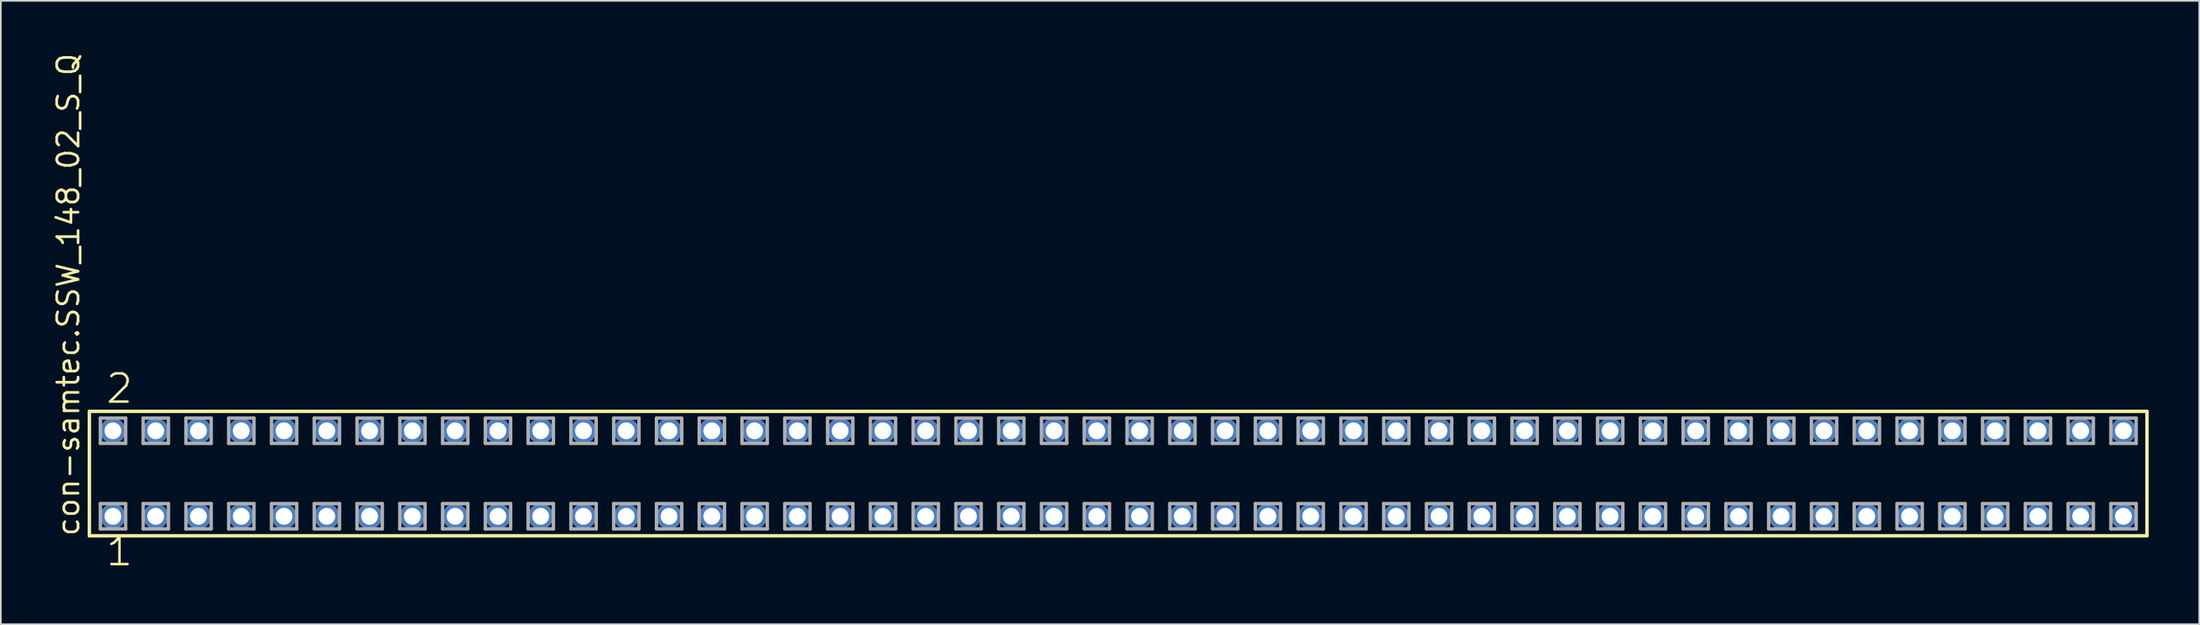
<source format=kicad_pcb>
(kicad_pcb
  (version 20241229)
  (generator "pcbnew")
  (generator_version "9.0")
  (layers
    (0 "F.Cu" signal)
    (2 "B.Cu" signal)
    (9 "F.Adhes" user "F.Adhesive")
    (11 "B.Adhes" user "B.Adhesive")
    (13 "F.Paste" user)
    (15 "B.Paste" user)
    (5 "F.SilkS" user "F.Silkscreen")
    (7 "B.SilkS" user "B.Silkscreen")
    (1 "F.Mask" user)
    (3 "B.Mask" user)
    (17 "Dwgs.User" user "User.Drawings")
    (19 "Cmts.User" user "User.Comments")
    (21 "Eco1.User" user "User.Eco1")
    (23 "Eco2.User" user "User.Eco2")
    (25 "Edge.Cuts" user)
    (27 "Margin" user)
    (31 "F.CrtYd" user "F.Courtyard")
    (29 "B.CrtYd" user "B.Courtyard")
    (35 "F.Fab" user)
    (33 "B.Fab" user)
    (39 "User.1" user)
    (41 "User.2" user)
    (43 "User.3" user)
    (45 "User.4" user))
  (footprint "con-samtec.SSW_148_02_S_Q"
    (layer "F.Cu")
    (at 63.345 25.082)
    (property "Reference" "con-samtec.SSW_148_02_S_Q" (at -61.595 3.81 90) (layer "F.SilkS") (effects (font (size 1.27 1.27) (thickness 0.16)) (justify left bottom)))
    (attr through_hole)
    (fp_line (start -61.089 -3.695) (end 61.089 -3.695) (stroke (width 0.203) (type default)) (layer "F.SilkS"))
    (fp_line (start -61.089 3.695) (end -61.089 -3.695) (stroke (width 0.203) (type default)) (layer "F.SilkS"))
    (fp_line (start 61.089 -3.695) (end 61.089 3.695) (stroke (width 0.203) (type default)) (layer "F.SilkS"))
    (fp_line (start 61.089 3.695) (end -61.089 3.695) (stroke (width 0.203) (type default)) (layer "F.SilkS"))
    (fp_line (start -60.435 -3.295) (end -58.935 -3.295) (stroke (width 0.203) (type default)) (layer "F.Fab"))
    (fp_line (start -60.435 -1.795) (end -60.435 -3.295) (stroke (width 0.203) (type default)) (layer "F.Fab"))
    (fp_line (start -60.435 1.785) (end -58.935 1.785) (stroke (width 0.203) (type default)) (layer "F.Fab"))
    (fp_line (start -60.435 3.285) (end -60.435 1.785) (stroke (width 0.203) (type default)) (layer "F.Fab"))
    (fp_line (start -58.935 -3.295) (end -58.935 -1.795) (stroke (width 0.203) (type default)) (layer "F.Fab"))
    (fp_line (start -58.935 -1.795) (end -60.435 -1.795) (stroke (width 0.203) (type default)) (layer "F.Fab"))
    (fp_line (start -58.935 1.785) (end -58.935 3.285) (stroke (width 0.203) (type default)) (layer "F.Fab"))
    (fp_line (start -58.935 3.285) (end -60.435 3.285) (stroke (width 0.203) (type default)) (layer "F.Fab"))
    (fp_line (start -57.895 -3.295) (end -56.395 -3.295) (stroke (width 0.203) (type default)) (layer "F.Fab"))
    (fp_line (start -57.895 -1.795) (end -57.895 -3.295) (stroke (width 0.203) (type default)) (layer "F.Fab"))
    (fp_line (start -57.895 1.785) (end -56.395 1.785) (stroke (width 0.203) (type default)) (layer "F.Fab"))
    (fp_line (start -57.895 3.285) (end -57.895 1.785) (stroke (width 0.203) (type default)) (layer "F.Fab"))
    (fp_line (start -56.395 -3.295) (end -56.395 -1.795) (stroke (width 0.203) (type default)) (layer "F.Fab"))
    (fp_line (start -56.395 -1.795) (end -57.895 -1.795) (stroke (width 0.203) (type default)) (layer "F.Fab"))
    (fp_line (start -56.395 1.785) (end -56.395 3.285) (stroke (width 0.203) (type default)) (layer "F.Fab"))
    (fp_line (start -56.395 3.285) (end -57.895 3.285) (stroke (width 0.203) (type default)) (layer "F.Fab"))
    (fp_line (start -55.355 -3.295) (end -53.855 -3.295) (stroke (width 0.203) (type default)) (layer "F.Fab"))
    (fp_line (start -55.355 -1.795) (end -55.355 -3.295) (stroke (width 0.203) (type default)) (layer "F.Fab"))
    (fp_line (start -55.355 1.785) (end -53.855 1.785) (stroke (width 0.203) (type default)) (layer "F.Fab"))
    (fp_line (start -55.355 3.285) (end -55.355 1.785) (stroke (width 0.203) (type default)) (layer "F.Fab"))
    (fp_line (start -53.855 -3.295) (end -53.855 -1.795) (stroke (width 0.203) (type default)) (layer "F.Fab"))
    (fp_line (start -53.855 -1.795) (end -55.355 -1.795) (stroke (width 0.203) (type default)) (layer "F.Fab"))
    (fp_line (start -53.855 1.785) (end -53.855 3.285) (stroke (width 0.203) (type default)) (layer "F.Fab"))
    (fp_line (start -53.855 3.285) (end -55.355 3.285) (stroke (width 0.203) (type default)) (layer "F.Fab"))
    (fp_line (start -52.815 -3.295) (end -51.315 -3.295) (stroke (width 0.203) (type default)) (layer "F.Fab"))
    (fp_line (start -52.815 -1.795) (end -52.815 -3.295) (stroke (width 0.203) (type default)) (layer "F.Fab"))
    (fp_line (start -52.815 1.785) (end -51.315 1.785) (stroke (width 0.203) (type default)) (layer "F.Fab"))
    (fp_line (start -52.815 3.285) (end -52.815 1.785) (stroke (width 0.203) (type default)) (layer "F.Fab"))
    (fp_line (start -51.315 -3.295) (end -51.315 -1.795) (stroke (width 0.203) (type default)) (layer "F.Fab"))
    (fp_line (start -51.315 -1.795) (end -52.815 -1.795) (stroke (width 0.203) (type default)) (layer "F.Fab"))
    (fp_line (start -51.315 1.785) (end -51.315 3.285) (stroke (width 0.203) (type default)) (layer "F.Fab"))
    (fp_line (start -51.315 3.285) (end -52.815 3.285) (stroke (width 0.203) (type default)) (layer "F.Fab"))
    (fp_line (start -50.275 -3.295) (end -48.775 -3.295) (stroke (width 0.203) (type default)) (layer "F.Fab"))
    (fp_line (start -50.275 -1.795) (end -50.275 -3.295) (stroke (width 0.203) (type default)) (layer "F.Fab"))
    (fp_line (start -50.275 1.785) (end -48.775 1.785) (stroke (width 0.203) (type default)) (layer "F.Fab"))
    (fp_line (start -50.275 3.285) (end -50.275 1.785) (stroke (width 0.203) (type default)) (layer "F.Fab"))
    (fp_line (start -48.775 -3.295) (end -48.775 -1.795) (stroke (width 0.203) (type default)) (layer "F.Fab"))
    (fp_line (start -48.775 -1.795) (end -50.275 -1.795) (stroke (width 0.203) (type default)) (layer "F.Fab"))
    (fp_line (start -48.775 1.785) (end -48.775 3.285) (stroke (width 0.203) (type default)) (layer "F.Fab"))
    (fp_line (start -48.775 3.285) (end -50.275 3.285) (stroke (width 0.203) (type default)) (layer "F.Fab"))
    (fp_line (start -47.735 -3.295) (end -46.235 -3.295) (stroke (width 0.203) (type default)) (layer "F.Fab"))
    (fp_line (start -47.735 -1.795) (end -47.735 -3.295) (stroke (width 0.203) (type default)) (layer "F.Fab"))
    (fp_line (start -47.735 1.785) (end -46.235 1.785) (stroke (width 0.203) (type default)) (layer "F.Fab"))
    (fp_line (start -47.735 3.285) (end -47.735 1.785) (stroke (width 0.203) (type default)) (layer "F.Fab"))
    (fp_line (start -46.235 -3.295) (end -46.235 -1.795) (stroke (width 0.203) (type default)) (layer "F.Fab"))
    (fp_line (start -46.235 -1.795) (end -47.735 -1.795) (stroke (width 0.203) (type default)) (layer "F.Fab"))
    (fp_line (start -46.235 1.785) (end -46.235 3.285) (stroke (width 0.203) (type default)) (layer "F.Fab"))
    (fp_line (start -46.235 3.285) (end -47.735 3.285) (stroke (width 0.203) (type default)) (layer "F.Fab"))
    (fp_line (start -45.195 -3.295) (end -43.695 -3.295) (stroke (width 0.203) (type default)) (layer "F.Fab"))
    (fp_line (start -45.195 -1.795) (end -45.195 -3.295) (stroke (width 0.203) (type default)) (layer "F.Fab"))
    (fp_line (start -45.195 1.785) (end -43.695 1.785) (stroke (width 0.203) (type default)) (layer "F.Fab"))
    (fp_line (start -45.195 3.285) (end -45.195 1.785) (stroke (width 0.203) (type default)) (layer "F.Fab"))
    (fp_line (start -43.695 -3.295) (end -43.695 -1.795) (stroke (width 0.203) (type default)) (layer "F.Fab"))
    (fp_line (start -43.695 -1.795) (end -45.195 -1.795) (stroke (width 0.203) (type default)) (layer "F.Fab"))
    (fp_line (start -43.695 1.785) (end -43.695 3.285) (stroke (width 0.203) (type default)) (layer "F.Fab"))
    (fp_line (start -43.695 3.285) (end -45.195 3.285) (stroke (width 0.203) (type default)) (layer "F.Fab"))
    (fp_line (start -42.655 -3.295) (end -41.155 -3.295) (stroke (width 0.203) (type default)) (layer "F.Fab"))
    (fp_line (start -42.655 -1.795) (end -42.655 -3.295) (stroke (width 0.203) (type default)) (layer "F.Fab"))
    (fp_line (start -42.655 1.785) (end -41.155 1.785) (stroke (width 0.203) (type default)) (layer "F.Fab"))
    (fp_line (start -42.655 3.285) (end -42.655 1.785) (stroke (width 0.203) (type default)) (layer "F.Fab"))
    (fp_line (start -41.155 -3.295) (end -41.155 -1.795) (stroke (width 0.203) (type default)) (layer "F.Fab"))
    (fp_line (start -41.155 -1.795) (end -42.655 -1.795) (stroke (width 0.203) (type default)) (layer "F.Fab"))
    (fp_line (start -41.155 1.785) (end -41.155 3.285) (stroke (width 0.203) (type default)) (layer "F.Fab"))
    (fp_line (start -41.155 3.285) (end -42.655 3.285) (stroke (width 0.203) (type default)) (layer "F.Fab"))
    (fp_line (start -40.115 -3.295) (end -38.615 -3.295) (stroke (width 0.203) (type default)) (layer "F.Fab"))
    (fp_line (start -40.115 -1.795) (end -40.115 -3.295) (stroke (width 0.203) (type default)) (layer "F.Fab"))
    (fp_line (start -40.115 1.785) (end -38.615 1.785) (stroke (width 0.203) (type default)) (layer "F.Fab"))
    (fp_line (start -40.115 3.285) (end -40.115 1.785) (stroke (width 0.203) (type default)) (layer "F.Fab"))
    (fp_line (start -38.615 -3.295) (end -38.615 -1.795) (stroke (width 0.203) (type default)) (layer "F.Fab"))
    (fp_line (start -38.615 -1.795) (end -40.115 -1.795) (stroke (width 0.203) (type default)) (layer "F.Fab"))
    (fp_line (start -38.615 1.785) (end -38.615 3.285) (stroke (width 0.203) (type default)) (layer "F.Fab"))
    (fp_line (start -38.615 3.285) (end -40.115 3.285) (stroke (width 0.203) (type default)) (layer "F.Fab"))
    (fp_line (start -37.575 -3.295) (end -36.075 -3.295) (stroke (width 0.203) (type default)) (layer "F.Fab"))
    (fp_line (start -37.575 -1.795) (end -37.575 -3.295) (stroke (width 0.203) (type default)) (layer "F.Fab"))
    (fp_line (start -37.575 1.785) (end -36.075 1.785) (stroke (width 0.203) (type default)) (layer "F.Fab"))
    (fp_line (start -37.575 3.285) (end -37.575 1.785) (stroke (width 0.203) (type default)) (layer "F.Fab"))
    (fp_line (start -36.075 -3.295) (end -36.075 -1.795) (stroke (width 0.203) (type default)) (layer "F.Fab"))
    (fp_line (start -36.075 -1.795) (end -37.575 -1.795) (stroke (width 0.203) (type default)) (layer "F.Fab"))
    (fp_line (start -36.075 1.785) (end -36.075 3.285) (stroke (width 0.203) (type default)) (layer "F.Fab"))
    (fp_line (start -36.075 3.285) (end -37.575 3.285) (stroke (width 0.203) (type default)) (layer "F.Fab"))
    (fp_line (start -35.035 -3.295) (end -33.535 -3.295) (stroke (width 0.203) (type default)) (layer "F.Fab"))
    (fp_line (start -35.035 -1.795) (end -35.035 -3.295) (stroke (width 0.203) (type default)) (layer "F.Fab"))
    (fp_line (start -35.035 1.785) (end -33.535 1.785) (stroke (width 0.203) (type default)) (layer "F.Fab"))
    (fp_line (start -35.035 3.285) (end -35.035 1.785) (stroke (width 0.203) (type default)) (layer "F.Fab"))
    (fp_line (start -33.535 -3.295) (end -33.535 -1.795) (stroke (width 0.203) (type default)) (layer "F.Fab"))
    (fp_line (start -33.535 -1.795) (end -35.035 -1.795) (stroke (width 0.203) (type default)) (layer "F.Fab"))
    (fp_line (start -33.535 1.785) (end -33.535 3.285) (stroke (width 0.203) (type default)) (layer "F.Fab"))
    (fp_line (start -33.535 3.285) (end -35.035 3.285) (stroke (width 0.203) (type default)) (layer "F.Fab"))
    (fp_line (start -32.495 -3.295) (end -30.995 -3.295) (stroke (width 0.203) (type default)) (layer "F.Fab"))
    (fp_line (start -32.495 -1.795) (end -32.495 -3.295) (stroke (width 0.203) (type default)) (layer "F.Fab"))
    (fp_line (start -32.495 1.785) (end -30.995 1.785) (stroke (width 0.203) (type default)) (layer "F.Fab"))
    (fp_line (start -32.495 3.285) (end -32.495 1.785) (stroke (width 0.203) (type default)) (layer "F.Fab"))
    (fp_line (start -30.995 -3.295) (end -30.995 -1.795) (stroke (width 0.203) (type default)) (layer "F.Fab"))
    (fp_line (start -30.995 -1.795) (end -32.495 -1.795) (stroke (width 0.203) (type default)) (layer "F.Fab"))
    (fp_line (start -30.995 1.785) (end -30.995 3.285) (stroke (width 0.203) (type default)) (layer "F.Fab"))
    (fp_line (start -30.995 3.285) (end -32.495 3.285) (stroke (width 0.203) (type default)) (layer "F.Fab"))
    (fp_line (start -29.955 -3.295) (end -28.455 -3.295) (stroke (width 0.203) (type default)) (layer "F.Fab"))
    (fp_line (start -29.955 -1.795) (end -29.955 -3.295) (stroke (width 0.203) (type default)) (layer "F.Fab"))
    (fp_line (start -29.955 1.785) (end -28.455 1.785) (stroke (width 0.203) (type default)) (layer "F.Fab"))
    (fp_line (start -29.955 3.285) (end -29.955 1.785) (stroke (width 0.203) (type default)) (layer "F.Fab"))
    (fp_line (start -28.455 -3.295) (end -28.455 -1.795) (stroke (width 0.203) (type default)) (layer "F.Fab"))
    (fp_line (start -28.455 -1.795) (end -29.955 -1.795) (stroke (width 0.203) (type default)) (layer "F.Fab"))
    (fp_line (start -28.455 1.785) (end -28.455 3.285) (stroke (width 0.203) (type default)) (layer "F.Fab"))
    (fp_line (start -28.455 3.285) (end -29.955 3.285) (stroke (width 0.203) (type default)) (layer "F.Fab"))
    (fp_line (start -27.415 -3.295) (end -25.915 -3.295) (stroke (width 0.203) (type default)) (layer "F.Fab"))
    (fp_line (start -27.415 -1.795) (end -27.415 -3.295) (stroke (width 0.203) (type default)) (layer "F.Fab"))
    (fp_line (start -27.415 1.785) (end -25.915 1.785) (stroke (width 0.203) (type default)) (layer "F.Fab"))
    (fp_line (start -27.415 3.285) (end -27.415 1.785) (stroke (width 0.203) (type default)) (layer "F.Fab"))
    (fp_line (start -25.915 -3.295) (end -25.915 -1.795) (stroke (width 0.203) (type default)) (layer "F.Fab"))
    (fp_line (start -25.915 -1.795) (end -27.415 -1.795) (stroke (width 0.203) (type default)) (layer "F.Fab"))
    (fp_line (start -25.915 1.785) (end -25.915 3.285) (stroke (width 0.203) (type default)) (layer "F.Fab"))
    (fp_line (start -25.915 3.285) (end -27.415 3.285) (stroke (width 0.203) (type default)) (layer "F.Fab"))
    (fp_line (start -24.875 -3.295) (end -23.375 -3.295) (stroke (width 0.203) (type default)) (layer "F.Fab"))
    (fp_line (start -24.875 -1.795) (end -24.875 -3.295) (stroke (width 0.203) (type default)) (layer "F.Fab"))
    (fp_line (start -24.875 1.785) (end -23.375 1.785) (stroke (width 0.203) (type default)) (layer "F.Fab"))
    (fp_line (start -24.875 3.285) (end -24.875 1.785) (stroke (width 0.203) (type default)) (layer "F.Fab"))
    (fp_line (start -23.375 -3.295) (end -23.375 -1.795) (stroke (width 0.203) (type default)) (layer "F.Fab"))
    (fp_line (start -23.375 -1.795) (end -24.875 -1.795) (stroke (width 0.203) (type default)) (layer "F.Fab"))
    (fp_line (start -23.375 1.785) (end -23.375 3.285) (stroke (width 0.203) (type default)) (layer "F.Fab"))
    (fp_line (start -23.375 3.285) (end -24.875 3.285) (stroke (width 0.203) (type default)) (layer "F.Fab"))
    (fp_line (start -22.335 -3.295) (end -20.835 -3.295) (stroke (width 0.203) (type default)) (layer "F.Fab"))
    (fp_line (start -22.335 -1.795) (end -22.335 -3.295) (stroke (width 0.203) (type default)) (layer "F.Fab"))
    (fp_line (start -22.335 1.785) (end -20.835 1.785) (stroke (width 0.203) (type default)) (layer "F.Fab"))
    (fp_line (start -22.335 3.285) (end -22.335 1.785) (stroke (width 0.203) (type default)) (layer "F.Fab"))
    (fp_line (start -20.835 -3.295) (end -20.835 -1.795) (stroke (width 0.203) (type default)) (layer "F.Fab"))
    (fp_line (start -20.835 -1.795) (end -22.335 -1.795) (stroke (width 0.203) (type default)) (layer "F.Fab"))
    (fp_line (start -20.835 1.785) (end -20.835 3.285) (stroke (width 0.203) (type default)) (layer "F.Fab"))
    (fp_line (start -20.835 3.285) (end -22.335 3.285) (stroke (width 0.203) (type default)) (layer "F.Fab"))
    (fp_line (start -19.795 -3.295) (end -18.295 -3.295) (stroke (width 0.203) (type default)) (layer "F.Fab"))
    (fp_line (start -19.795 -1.795) (end -19.795 -3.295) (stroke (width 0.203) (type default)) (layer "F.Fab"))
    (fp_line (start -19.795 1.785) (end -18.295 1.785) (stroke (width 0.203) (type default)) (layer "F.Fab"))
    (fp_line (start -19.795 3.285) (end -19.795 1.785) (stroke (width 0.203) (type default)) (layer "F.Fab"))
    (fp_line (start -18.295 -3.295) (end -18.295 -1.795) (stroke (width 0.203) (type default)) (layer "F.Fab"))
    (fp_line (start -18.295 -1.795) (end -19.795 -1.795) (stroke (width 0.203) (type default)) (layer "F.Fab"))
    (fp_line (start -18.295 1.785) (end -18.295 3.285) (stroke (width 0.203) (type default)) (layer "F.Fab"))
    (fp_line (start -18.295 3.285) (end -19.795 3.285) (stroke (width 0.203) (type default)) (layer "F.Fab"))
    (fp_line (start -17.255 -3.295) (end -15.755 -3.295) (stroke (width 0.203) (type default)) (layer "F.Fab"))
    (fp_line (start -17.255 -1.795) (end -17.255 -3.295) (stroke (width 0.203) (type default)) (layer "F.Fab"))
    (fp_line (start -17.255 1.785) (end -15.755 1.785) (stroke (width 0.203) (type default)) (layer "F.Fab"))
    (fp_line (start -17.255 3.285) (end -17.255 1.785) (stroke (width 0.203) (type default)) (layer "F.Fab"))
    (fp_line (start -15.755 -3.295) (end -15.755 -1.795) (stroke (width 0.203) (type default)) (layer "F.Fab"))
    (fp_line (start -15.755 -1.795) (end -17.255 -1.795) (stroke (width 0.203) (type default)) (layer "F.Fab"))
    (fp_line (start -15.755 1.785) (end -15.755 3.285) (stroke (width 0.203) (type default)) (layer "F.Fab"))
    (fp_line (start -15.755 3.285) (end -17.255 3.285) (stroke (width 0.203) (type default)) (layer "F.Fab"))
    (fp_line (start -14.715 -3.295) (end -13.215 -3.295) (stroke (width 0.203) (type default)) (layer "F.Fab"))
    (fp_line (start -14.715 -1.795) (end -14.715 -3.295) (stroke (width 0.203) (type default)) (layer "F.Fab"))
    (fp_line (start -14.715 1.785) (end -13.215 1.785) (stroke (width 0.203) (type default)) (layer "F.Fab"))
    (fp_line (start -14.715 3.285) (end -14.715 1.785) (stroke (width 0.203) (type default)) (layer "F.Fab"))
    (fp_line (start -13.215 -3.295) (end -13.215 -1.795) (stroke (width 0.203) (type default)) (layer "F.Fab"))
    (fp_line (start -13.215 -1.795) (end -14.715 -1.795) (stroke (width 0.203) (type default)) (layer "F.Fab"))
    (fp_line (start -13.215 1.785) (end -13.215 3.285) (stroke (width 0.203) (type default)) (layer "F.Fab"))
    (fp_line (start -13.215 3.285) (end -14.715 3.285) (stroke (width 0.203) (type default)) (layer "F.Fab"))
    (fp_line (start -12.175 -3.295) (end -10.675 -3.295) (stroke (width 0.203) (type default)) (layer "F.Fab"))
    (fp_line (start -12.175 -1.795) (end -12.175 -3.295) (stroke (width 0.203) (type default)) (layer "F.Fab"))
    (fp_line (start -12.175 1.785) (end -10.675 1.785) (stroke (width 0.203) (type default)) (layer "F.Fab"))
    (fp_line (start -12.175 3.285) (end -12.175 1.785) (stroke (width 0.203) (type default)) (layer "F.Fab"))
    (fp_line (start -10.675 -3.295) (end -10.675 -1.795) (stroke (width 0.203) (type default)) (layer "F.Fab"))
    (fp_line (start -10.675 -1.795) (end -12.175 -1.795) (stroke (width 0.203) (type default)) (layer "F.Fab"))
    (fp_line (start -10.675 1.785) (end -10.675 3.285) (stroke (width 0.203) (type default)) (layer "F.Fab"))
    (fp_line (start -10.675 3.285) (end -12.175 3.285) (stroke (width 0.203) (type default)) (layer "F.Fab"))
    (fp_line (start -9.635 -3.295) (end -8.135 -3.295) (stroke (width 0.203) (type default)) (layer "F.Fab"))
    (fp_line (start -9.635 -1.795) (end -9.635 -3.295) (stroke (width 0.203) (type default)) (layer "F.Fab"))
    (fp_line (start -9.635 1.785) (end -8.135 1.785) (stroke (width 0.203) (type default)) (layer "F.Fab"))
    (fp_line (start -9.635 3.285) (end -9.635 1.785) (stroke (width 0.203) (type default)) (layer "F.Fab"))
    (fp_line (start -8.135 -3.295) (end -8.135 -1.795) (stroke (width 0.203) (type default)) (layer "F.Fab"))
    (fp_line (start -8.135 -1.795) (end -9.635 -1.795) (stroke (width 0.203) (type default)) (layer "F.Fab"))
    (fp_line (start -8.135 1.785) (end -8.135 3.285) (stroke (width 0.203) (type default)) (layer "F.Fab"))
    (fp_line (start -8.135 3.285) (end -9.635 3.285) (stroke (width 0.203) (type default)) (layer "F.Fab"))
    (fp_line (start -7.095 -3.295) (end -5.595 -3.295) (stroke (width 0.203) (type default)) (layer "F.Fab"))
    (fp_line (start -7.095 -1.795) (end -7.095 -3.295) (stroke (width 0.203) (type default)) (layer "F.Fab"))
    (fp_line (start -7.095 1.785) (end -5.595 1.785) (stroke (width 0.203) (type default)) (layer "F.Fab"))
    (fp_line (start -7.095 3.285) (end -7.095 1.785) (stroke (width 0.203) (type default)) (layer "F.Fab"))
    (fp_line (start -5.595 -3.295) (end -5.595 -1.795) (stroke (width 0.203) (type default)) (layer "F.Fab"))
    (fp_line (start -5.595 -1.795) (end -7.095 -1.795) (stroke (width 0.203) (type default)) (layer "F.Fab"))
    (fp_line (start -5.595 1.785) (end -5.595 3.285) (stroke (width 0.203) (type default)) (layer "F.Fab"))
    (fp_line (start -5.595 3.285) (end -7.095 3.285) (stroke (width 0.203) (type default)) (layer "F.Fab"))
    (fp_line (start -4.555 -3.295) (end -3.055 -3.295) (stroke (width 0.203) (type default)) (layer "F.Fab"))
    (fp_line (start -4.555 -1.795) (end -4.555 -3.295) (stroke (width 0.203) (type default)) (layer "F.Fab"))
    (fp_line (start -4.555 1.785) (end -3.055 1.785) (stroke (width 0.203) (type default)) (layer "F.Fab"))
    (fp_line (start -4.555 3.285) (end -4.555 1.785) (stroke (width 0.203) (type default)) (layer "F.Fab"))
    (fp_line (start -3.055 -3.295) (end -3.055 -1.795) (stroke (width 0.203) (type default)) (layer "F.Fab"))
    (fp_line (start -3.055 -1.795) (end -4.555 -1.795) (stroke (width 0.203) (type default)) (layer "F.Fab"))
    (fp_line (start -3.055 1.785) (end -3.055 3.285) (stroke (width 0.203) (type default)) (layer "F.Fab"))
    (fp_line (start -3.055 3.285) (end -4.555 3.285) (stroke (width 0.203) (type default)) (layer "F.Fab"))
    (fp_line (start -2.015 -3.295) (end -0.515 -3.295) (stroke (width 0.203) (type default)) (layer "F.Fab"))
    (fp_line (start -2.015 -1.795) (end -2.015 -3.295) (stroke (width 0.203) (type default)) (layer "F.Fab"))
    (fp_line (start -2.015 1.785) (end -0.515 1.785) (stroke (width 0.203) (type default)) (layer "F.Fab"))
    (fp_line (start -2.015 3.285) (end -2.015 1.785) (stroke (width 0.203) (type default)) (layer "F.Fab"))
    (fp_line (start -0.515 -3.295) (end -0.515 -1.795) (stroke (width 0.203) (type default)) (layer "F.Fab"))
    (fp_line (start -0.515 -1.795) (end -2.015 -1.795) (stroke (width 0.203) (type default)) (layer "F.Fab"))
    (fp_line (start -0.515 1.785) (end -0.515 3.285) (stroke (width 0.203) (type default)) (layer "F.Fab"))
    (fp_line (start -0.515 3.285) (end -2.015 3.285) (stroke (width 0.203) (type default)) (layer "F.Fab"))
    (fp_line (start 0.525 -3.295) (end 2.025 -3.295) (stroke (width 0.203) (type default)) (layer "F.Fab"))
    (fp_line (start 0.525 -1.795) (end 0.525 -3.295) (stroke (width 0.203) (type default)) (layer "F.Fab"))
    (fp_line (start 0.525 1.785) (end 2.025 1.785) (stroke (width 0.203) (type default)) (layer "F.Fab"))
    (fp_line (start 0.525 3.285) (end 0.525 1.785) (stroke (width 0.203) (type default)) (layer "F.Fab"))
    (fp_line (start 2.025 -3.295) (end 2.025 -1.795) (stroke (width 0.203) (type default)) (layer "F.Fab"))
    (fp_line (start 2.025 -1.795) (end 0.525 -1.795) (stroke (width 0.203) (type default)) (layer "F.Fab"))
    (fp_line (start 2.025 1.785) (end 2.025 3.285) (stroke (width 0.203) (type default)) (layer "F.Fab"))
    (fp_line (start 2.025 3.285) (end 0.525 3.285) (stroke (width 0.203) (type default)) (layer "F.Fab"))
    (fp_line (start 3.065 -3.295) (end 4.565 -3.295) (stroke (width 0.203) (type default)) (layer "F.Fab"))
    (fp_line (start 3.065 -1.795) (end 3.065 -3.295) (stroke (width 0.203) (type default)) (layer "F.Fab"))
    (fp_line (start 3.065 1.785) (end 4.565 1.785) (stroke (width 0.203) (type default)) (layer "F.Fab"))
    (fp_line (start 3.065 3.285) (end 3.065 1.785) (stroke (width 0.203) (type default)) (layer "F.Fab"))
    (fp_line (start 4.565 -3.295) (end 4.565 -1.795) (stroke (width 0.203) (type default)) (layer "F.Fab"))
    (fp_line (start 4.565 -1.795) (end 3.065 -1.795) (stroke (width 0.203) (type default)) (layer "F.Fab"))
    (fp_line (start 4.565 1.785) (end 4.565 3.285) (stroke (width 0.203) (type default)) (layer "F.Fab"))
    (fp_line (start 4.565 3.285) (end 3.065 3.285) (stroke (width 0.203) (type default)) (layer "F.Fab"))
    (fp_line (start 5.605 -3.295) (end 7.105 -3.295) (stroke (width 0.203) (type default)) (layer "F.Fab"))
    (fp_line (start 5.605 -1.795) (end 5.605 -3.295) (stroke (width 0.203) (type default)) (layer "F.Fab"))
    (fp_line (start 5.605 1.785) (end 7.105 1.785) (stroke (width 0.203) (type default)) (layer "F.Fab"))
    (fp_line (start 5.605 3.285) (end 5.605 1.785) (stroke (width 0.203) (type default)) (layer "F.Fab"))
    (fp_line (start 7.105 -3.295) (end 7.105 -1.795) (stroke (width 0.203) (type default)) (layer "F.Fab"))
    (fp_line (start 7.105 -1.795) (end 5.605 -1.795) (stroke (width 0.203) (type default)) (layer "F.Fab"))
    (fp_line (start 7.105 1.785) (end 7.105 3.285) (stroke (width 0.203) (type default)) (layer "F.Fab"))
    (fp_line (start 7.105 3.285) (end 5.605 3.285) (stroke (width 0.203) (type default)) (layer "F.Fab"))
    (fp_line (start 8.145 -3.295) (end 9.645 -3.295) (stroke (width 0.203) (type default)) (layer "F.Fab"))
    (fp_line (start 8.145 -1.795) (end 8.145 -3.295) (stroke (width 0.203) (type default)) (layer "F.Fab"))
    (fp_line (start 8.145 1.785) (end 9.645 1.785) (stroke (width 0.203) (type default)) (layer "F.Fab"))
    (fp_line (start 8.145 3.285) (end 8.145 1.785) (stroke (width 0.203) (type default)) (layer "F.Fab"))
    (fp_line (start 9.645 -3.295) (end 9.645 -1.795) (stroke (width 0.203) (type default)) (layer "F.Fab"))
    (fp_line (start 9.645 -1.795) (end 8.145 -1.795) (stroke (width 0.203) (type default)) (layer "F.Fab"))
    (fp_line (start 9.645 1.785) (end 9.645 3.285) (stroke (width 0.203) (type default)) (layer "F.Fab"))
    (fp_line (start 9.645 3.285) (end 8.145 3.285) (stroke (width 0.203) (type default)) (layer "F.Fab"))
    (fp_line (start 10.685 -3.295) (end 12.185 -3.295) (stroke (width 0.203) (type default)) (layer "F.Fab"))
    (fp_line (start 10.685 -1.795) (end 10.685 -3.295) (stroke (width 0.203) (type default)) (layer "F.Fab"))
    (fp_line (start 10.685 1.785) (end 12.185 1.785) (stroke (width 0.203) (type default)) (layer "F.Fab"))
    (fp_line (start 10.685 3.285) (end 10.685 1.785) (stroke (width 0.203) (type default)) (layer "F.Fab"))
    (fp_line (start 12.185 -3.295) (end 12.185 -1.795) (stroke (width 0.203) (type default)) (layer "F.Fab"))
    (fp_line (start 12.185 -1.795) (end 10.685 -1.795) (stroke (width 0.203) (type default)) (layer "F.Fab"))
    (fp_line (start 12.185 1.785) (end 12.185 3.285) (stroke (width 0.203) (type default)) (layer "F.Fab"))
    (fp_line (start 12.185 3.285) (end 10.685 3.285) (stroke (width 0.203) (type default)) (layer "F.Fab"))
    (fp_line (start 13.225 -3.295) (end 14.725 -3.295) (stroke (width 0.203) (type default)) (layer "F.Fab"))
    (fp_line (start 13.225 -1.795) (end 13.225 -3.295) (stroke (width 0.203) (type default)) (layer "F.Fab"))
    (fp_line (start 13.225 1.785) (end 14.725 1.785) (stroke (width 0.203) (type default)) (layer "F.Fab"))
    (fp_line (start 13.225 3.285) (end 13.225 1.785) (stroke (width 0.203) (type default)) (layer "F.Fab"))
    (fp_line (start 14.725 -3.295) (end 14.725 -1.795) (stroke (width 0.203) (type default)) (layer "F.Fab"))
    (fp_line (start 14.725 -1.795) (end 13.225 -1.795) (stroke (width 0.203) (type default)) (layer "F.Fab"))
    (fp_line (start 14.725 1.785) (end 14.725 3.285) (stroke (width 0.203) (type default)) (layer "F.Fab"))
    (fp_line (start 14.725 3.285) (end 13.225 3.285) (stroke (width 0.203) (type default)) (layer "F.Fab"))
    (fp_line (start 15.765 -3.295) (end 17.265 -3.295) (stroke (width 0.203) (type default)) (layer "F.Fab"))
    (fp_line (start 15.765 -1.795) (end 15.765 -3.295) (stroke (width 0.203) (type default)) (layer "F.Fab"))
    (fp_line (start 15.765 1.785) (end 17.265 1.785) (stroke (width 0.203) (type default)) (layer "F.Fab"))
    (fp_line (start 15.765 3.285) (end 15.765 1.785) (stroke (width 0.203) (type default)) (layer "F.Fab"))
    (fp_line (start 17.265 -3.295) (end 17.265 -1.795) (stroke (width 0.203) (type default)) (layer "F.Fab"))
    (fp_line (start 17.265 -1.795) (end 15.765 -1.795) (stroke (width 0.203) (type default)) (layer "F.Fab"))
    (fp_line (start 17.265 1.785) (end 17.265 3.285) (stroke (width 0.203) (type default)) (layer "F.Fab"))
    (fp_line (start 17.265 3.285) (end 15.765 3.285) (stroke (width 0.203) (type default)) (layer "F.Fab"))
    (fp_line (start 18.305 -3.295) (end 19.805 -3.295) (stroke (width 0.203) (type default)) (layer "F.Fab"))
    (fp_line (start 18.305 -1.795) (end 18.305 -3.295) (stroke (width 0.203) (type default)) (layer "F.Fab"))
    (fp_line (start 18.305 1.785) (end 19.805 1.785) (stroke (width 0.203) (type default)) (layer "F.Fab"))
    (fp_line (start 18.305 3.285) (end 18.305 1.785) (stroke (width 0.203) (type default)) (layer "F.Fab"))
    (fp_line (start 19.805 -3.295) (end 19.805 -1.795) (stroke (width 0.203) (type default)) (layer "F.Fab"))
    (fp_line (start 19.805 -1.795) (end 18.305 -1.795) (stroke (width 0.203) (type default)) (layer "F.Fab"))
    (fp_line (start 19.805 1.785) (end 19.805 3.285) (stroke (width 0.203) (type default)) (layer "F.Fab"))
    (fp_line (start 19.805 3.285) (end 18.305 3.285) (stroke (width 0.203) (type default)) (layer "F.Fab"))
    (fp_line (start 20.845 -3.295) (end 22.345 -3.295) (stroke (width 0.203) (type default)) (layer "F.Fab"))
    (fp_line (start 20.845 -1.795) (end 20.845 -3.295) (stroke (width 0.203) (type default)) (layer "F.Fab"))
    (fp_line (start 20.845 1.785) (end 22.345 1.785) (stroke (width 0.203) (type default)) (layer "F.Fab"))
    (fp_line (start 20.845 3.285) (end 20.845 1.785) (stroke (width 0.203) (type default)) (layer "F.Fab"))
    (fp_line (start 22.345 -3.295) (end 22.345 -1.795) (stroke (width 0.203) (type default)) (layer "F.Fab"))
    (fp_line (start 22.345 -1.795) (end 20.845 -1.795) (stroke (width 0.203) (type default)) (layer "F.Fab"))
    (fp_line (start 22.345 1.785) (end 22.345 3.285) (stroke (width 0.203) (type default)) (layer "F.Fab"))
    (fp_line (start 22.345 3.285) (end 20.845 3.285) (stroke (width 0.203) (type default)) (layer "F.Fab"))
    (fp_line (start 23.385 -3.295) (end 24.885 -3.295) (stroke (width 0.203) (type default)) (layer "F.Fab"))
    (fp_line (start 23.385 -1.795) (end 23.385 -3.295) (stroke (width 0.203) (type default)) (layer "F.Fab"))
    (fp_line (start 23.385 1.785) (end 24.885 1.785) (stroke (width 0.203) (type default)) (layer "F.Fab"))
    (fp_line (start 23.385 3.285) (end 23.385 1.785) (stroke (width 0.203) (type default)) (layer "F.Fab"))
    (fp_line (start 24.885 -3.295) (end 24.885 -1.795) (stroke (width 0.203) (type default)) (layer "F.Fab"))
    (fp_line (start 24.885 -1.795) (end 23.385 -1.795) (stroke (width 0.203) (type default)) (layer "F.Fab"))
    (fp_line (start 24.885 1.785) (end 24.885 3.285) (stroke (width 0.203) (type default)) (layer "F.Fab"))
    (fp_line (start 24.885 3.285) (end 23.385 3.285) (stroke (width 0.203) (type default)) (layer "F.Fab"))
    (fp_line (start 25.925 -3.295) (end 27.425 -3.295) (stroke (width 0.203) (type default)) (layer "F.Fab"))
    (fp_line (start 25.925 -1.795) (end 25.925 -3.295) (stroke (width 0.203) (type default)) (layer "F.Fab"))
    (fp_line (start 25.925 1.785) (end 27.425 1.785) (stroke (width 0.203) (type default)) (layer "F.Fab"))
    (fp_line (start 25.925 3.285) (end 25.925 1.785) (stroke (width 0.203) (type default)) (layer "F.Fab"))
    (fp_line (start 27.425 -3.295) (end 27.425 -1.795) (stroke (width 0.203) (type default)) (layer "F.Fab"))
    (fp_line (start 27.425 -1.795) (end 25.925 -1.795) (stroke (width 0.203) (type default)) (layer "F.Fab"))
    (fp_line (start 27.425 1.785) (end 27.425 3.285) (stroke (width 0.203) (type default)) (layer "F.Fab"))
    (fp_line (start 27.425 3.285) (end 25.925 3.285) (stroke (width 0.203) (type default)) (layer "F.Fab"))
    (fp_line (start 28.465 -3.295) (end 29.965 -3.295) (stroke (width 0.203) (type default)) (layer "F.Fab"))
    (fp_line (start 28.465 -1.795) (end 28.465 -3.295) (stroke (width 0.203) (type default)) (layer "F.Fab"))
    (fp_line (start 28.465 1.785) (end 29.965 1.785) (stroke (width 0.203) (type default)) (layer "F.Fab"))
    (fp_line (start 28.465 3.285) (end 28.465 1.785) (stroke (width 0.203) (type default)) (layer "F.Fab"))
    (fp_line (start 29.965 -3.295) (end 29.965 -1.795) (stroke (width 0.203) (type default)) (layer "F.Fab"))
    (fp_line (start 29.965 -1.795) (end 28.465 -1.795) (stroke (width 0.203) (type default)) (layer "F.Fab"))
    (fp_line (start 29.965 1.785) (end 29.965 3.285) (stroke (width 0.203) (type default)) (layer "F.Fab"))
    (fp_line (start 29.965 3.285) (end 28.465 3.285) (stroke (width 0.203) (type default)) (layer "F.Fab"))
    (fp_line (start 31.005 -3.295) (end 32.505 -3.295) (stroke (width 0.203) (type default)) (layer "F.Fab"))
    (fp_line (start 31.005 -1.795) (end 31.005 -3.295) (stroke (width 0.203) (type default)) (layer "F.Fab"))
    (fp_line (start 31.005 1.785) (end 32.505 1.785) (stroke (width 0.203) (type default)) (layer "F.Fab"))
    (fp_line (start 31.005 3.285) (end 31.005 1.785) (stroke (width 0.203) (type default)) (layer "F.Fab"))
    (fp_line (start 32.505 -3.295) (end 32.505 -1.795) (stroke (width 0.203) (type default)) (layer "F.Fab"))
    (fp_line (start 32.505 -1.795) (end 31.005 -1.795) (stroke (width 0.203) (type default)) (layer "F.Fab"))
    (fp_line (start 32.505 1.785) (end 32.505 3.285) (stroke (width 0.203) (type default)) (layer "F.Fab"))
    (fp_line (start 32.505 3.285) (end 31.005 3.285) (stroke (width 0.203) (type default)) (layer "F.Fab"))
    (fp_line (start 33.545 -3.295) (end 35.045 -3.295) (stroke (width 0.203) (type default)) (layer "F.Fab"))
    (fp_line (start 33.545 -1.795) (end 33.545 -3.295) (stroke (width 0.203) (type default)) (layer "F.Fab"))
    (fp_line (start 33.545 1.785) (end 35.045 1.785) (stroke (width 0.203) (type default)) (layer "F.Fab"))
    (fp_line (start 33.545 3.285) (end 33.545 1.785) (stroke (width 0.203) (type default)) (layer "F.Fab"))
    (fp_line (start 35.045 -3.295) (end 35.045 -1.795) (stroke (width 0.203) (type default)) (layer "F.Fab"))
    (fp_line (start 35.045 -1.795) (end 33.545 -1.795) (stroke (width 0.203) (type default)) (layer "F.Fab"))
    (fp_line (start 35.045 1.785) (end 35.045 3.285) (stroke (width 0.203) (type default)) (layer "F.Fab"))
    (fp_line (start 35.045 3.285) (end 33.545 3.285) (stroke (width 0.203) (type default)) (layer "F.Fab"))
    (fp_line (start 36.085 -3.295) (end 37.585 -3.295) (stroke (width 0.203) (type default)) (layer "F.Fab"))
    (fp_line (start 36.085 -1.795) (end 36.085 -3.295) (stroke (width 0.203) (type default)) (layer "F.Fab"))
    (fp_line (start 36.085 1.785) (end 37.585 1.785) (stroke (width 0.203) (type default)) (layer "F.Fab"))
    (fp_line (start 36.085 3.285) (end 36.085 1.785) (stroke (width 0.203) (type default)) (layer "F.Fab"))
    (fp_line (start 37.585 -3.295) (end 37.585 -1.795) (stroke (width 0.203) (type default)) (layer "F.Fab"))
    (fp_line (start 37.585 -1.795) (end 36.085 -1.795) (stroke (width 0.203) (type default)) (layer "F.Fab"))
    (fp_line (start 37.585 1.785) (end 37.585 3.285) (stroke (width 0.203) (type default)) (layer "F.Fab"))
    (fp_line (start 37.585 3.285) (end 36.085 3.285) (stroke (width 0.203) (type default)) (layer "F.Fab"))
    (fp_line (start 38.625 -3.295) (end 40.125 -3.295) (stroke (width 0.203) (type default)) (layer "F.Fab"))
    (fp_line (start 38.625 -1.795) (end 38.625 -3.295) (stroke (width 0.203) (type default)) (layer "F.Fab"))
    (fp_line (start 38.625 1.785) (end 40.125 1.785) (stroke (width 0.203) (type default)) (layer "F.Fab"))
    (fp_line (start 38.625 3.285) (end 38.625 1.785) (stroke (width 0.203) (type default)) (layer "F.Fab"))
    (fp_line (start 40.125 -3.295) (end 40.125 -1.795) (stroke (width 0.203) (type default)) (layer "F.Fab"))
    (fp_line (start 40.125 -1.795) (end 38.625 -1.795) (stroke (width 0.203) (type default)) (layer "F.Fab"))
    (fp_line (start 40.125 1.785) (end 40.125 3.285) (stroke (width 0.203) (type default)) (layer "F.Fab"))
    (fp_line (start 40.125 3.285) (end 38.625 3.285) (stroke (width 0.203) (type default)) (layer "F.Fab"))
    (fp_line (start 41.165 -3.295) (end 42.665 -3.295) (stroke (width 0.203) (type default)) (layer "F.Fab"))
    (fp_line (start 41.165 -1.795) (end 41.165 -3.295) (stroke (width 0.203) (type default)) (layer "F.Fab"))
    (fp_line (start 41.165 1.785) (end 42.665 1.785) (stroke (width 0.203) (type default)) (layer "F.Fab"))
    (fp_line (start 41.165 3.285) (end 41.165 1.785) (stroke (width 0.203) (type default)) (layer "F.Fab"))
    (fp_line (start 42.665 -3.295) (end 42.665 -1.795) (stroke (width 0.203) (type default)) (layer "F.Fab"))
    (fp_line (start 42.665 -1.795) (end 41.165 -1.795) (stroke (width 0.203) (type default)) (layer "F.Fab"))
    (fp_line (start 42.665 1.785) (end 42.665 3.285) (stroke (width 0.203) (type default)) (layer "F.Fab"))
    (fp_line (start 42.665 3.285) (end 41.165 3.285) (stroke (width 0.203) (type default)) (layer "F.Fab"))
    (fp_line (start 43.705 -3.295) (end 45.205 -3.295) (stroke (width 0.203) (type default)) (layer "F.Fab"))
    (fp_line (start 43.705 -1.795) (end 43.705 -3.295) (stroke (width 0.203) (type default)) (layer "F.Fab"))
    (fp_line (start 43.705 1.785) (end 45.205 1.785) (stroke (width 0.203) (type default)) (layer "F.Fab"))
    (fp_line (start 43.705 3.285) (end 43.705 1.785) (stroke (width 0.203) (type default)) (layer "F.Fab"))
    (fp_line (start 45.205 -3.295) (end 45.205 -1.795) (stroke (width 0.203) (type default)) (layer "F.Fab"))
    (fp_line (start 45.205 -1.795) (end 43.705 -1.795) (stroke (width 0.203) (type default)) (layer "F.Fab"))
    (fp_line (start 45.205 1.785) (end 45.205 3.285) (stroke (width 0.203) (type default)) (layer "F.Fab"))
    (fp_line (start 45.205 3.285) (end 43.705 3.285) (stroke (width 0.203) (type default)) (layer "F.Fab"))
    (fp_line (start 46.245 -3.295) (end 47.745 -3.295) (stroke (width 0.203) (type default)) (layer "F.Fab"))
    (fp_line (start 46.245 -1.795) (end 46.245 -3.295) (stroke (width 0.203) (type default)) (layer "F.Fab"))
    (fp_line (start 46.245 1.785) (end 47.745 1.785) (stroke (width 0.203) (type default)) (layer "F.Fab"))
    (fp_line (start 46.245 3.285) (end 46.245 1.785) (stroke (width 0.203) (type default)) (layer "F.Fab"))
    (fp_line (start 47.745 -3.295) (end 47.745 -1.795) (stroke (width 0.203) (type default)) (layer "F.Fab"))
    (fp_line (start 47.745 -1.795) (end 46.245 -1.795) (stroke (width 0.203) (type default)) (layer "F.Fab"))
    (fp_line (start 47.745 1.785) (end 47.745 3.285) (stroke (width 0.203) (type default)) (layer "F.Fab"))
    (fp_line (start 47.745 3.285) (end 46.245 3.285) (stroke (width 0.203) (type default)) (layer "F.Fab"))
    (fp_line (start 48.785 -3.295) (end 50.285 -3.295) (stroke (width 0.203) (type default)) (layer "F.Fab"))
    (fp_line (start 48.785 -1.795) (end 48.785 -3.295) (stroke (width 0.203) (type default)) (layer "F.Fab"))
    (fp_line (start 48.785 1.785) (end 50.285 1.785) (stroke (width 0.203) (type default)) (layer "F.Fab"))
    (fp_line (start 48.785 3.285) (end 48.785 1.785) (stroke (width 0.203) (type default)) (layer "F.Fab"))
    (fp_line (start 50.285 -3.295) (end 50.285 -1.795) (stroke (width 0.203) (type default)) (layer "F.Fab"))
    (fp_line (start 50.285 -1.795) (end 48.785 -1.795) (stroke (width 0.203) (type default)) (layer "F.Fab"))
    (fp_line (start 50.285 1.785) (end 50.285 3.285) (stroke (width 0.203) (type default)) (layer "F.Fab"))
    (fp_line (start 50.285 3.285) (end 48.785 3.285) (stroke (width 0.203) (type default)) (layer "F.Fab"))
    (fp_line (start 51.325 -3.295) (end 52.825 -3.295) (stroke (width 0.203) (type default)) (layer "F.Fab"))
    (fp_line (start 51.325 -1.795) (end 51.325 -3.295) (stroke (width 0.203) (type default)) (layer "F.Fab"))
    (fp_line (start 51.325 1.785) (end 52.825 1.785) (stroke (width 0.203) (type default)) (layer "F.Fab"))
    (fp_line (start 51.325 3.285) (end 51.325 1.785) (stroke (width 0.203) (type default)) (layer "F.Fab"))
    (fp_line (start 52.825 -3.295) (end 52.825 -1.795) (stroke (width 0.203) (type default)) (layer "F.Fab"))
    (fp_line (start 52.825 -1.795) (end 51.325 -1.795) (stroke (width 0.203) (type default)) (layer "F.Fab"))
    (fp_line (start 52.825 1.785) (end 52.825 3.285) (stroke (width 0.203) (type default)) (layer "F.Fab"))
    (fp_line (start 52.825 3.285) (end 51.325 3.285) (stroke (width 0.203) (type default)) (layer "F.Fab"))
    (fp_line (start 53.865 -3.295) (end 55.365 -3.295) (stroke (width 0.203) (type default)) (layer "F.Fab"))
    (fp_line (start 53.865 -1.795) (end 53.865 -3.295) (stroke (width 0.203) (type default)) (layer "F.Fab"))
    (fp_line (start 53.865 1.785) (end 55.365 1.785) (stroke (width 0.203) (type default)) (layer "F.Fab"))
    (fp_line (start 53.865 3.285) (end 53.865 1.785) (stroke (width 0.203) (type default)) (layer "F.Fab"))
    (fp_line (start 55.365 -3.295) (end 55.365 -1.795) (stroke (width 0.203) (type default)) (layer "F.Fab"))
    (fp_line (start 55.365 -1.795) (end 53.865 -1.795) (stroke (width 0.203) (type default)) (layer "F.Fab"))
    (fp_line (start 55.365 1.785) (end 55.365 3.285) (stroke (width 0.203) (type default)) (layer "F.Fab"))
    (fp_line (start 55.365 3.285) (end 53.865 3.285) (stroke (width 0.203) (type default)) (layer "F.Fab"))
    (fp_line (start 56.405 -3.295) (end 57.905 -3.295) (stroke (width 0.203) (type default)) (layer "F.Fab"))
    (fp_line (start 56.405 -1.795) (end 56.405 -3.295) (stroke (width 0.203) (type default)) (layer "F.Fab"))
    (fp_line (start 56.405 1.785) (end 57.905 1.785) (stroke (width 0.203) (type default)) (layer "F.Fab"))
    (fp_line (start 56.405 3.285) (end 56.405 1.785) (stroke (width 0.203) (type default)) (layer "F.Fab"))
    (fp_line (start 57.905 -3.295) (end 57.905 -1.795) (stroke (width 0.203) (type default)) (layer "F.Fab"))
    (fp_line (start 57.905 -1.795) (end 56.405 -1.795) (stroke (width 0.203) (type default)) (layer "F.Fab"))
    (fp_line (start 57.905 1.785) (end 57.905 3.285) (stroke (width 0.203) (type default)) (layer "F.Fab"))
    (fp_line (start 57.905 3.285) (end 56.405 3.285) (stroke (width 0.203) (type default)) (layer "F.Fab"))
    (fp_line (start 58.945 -3.295) (end 60.445 -3.295) (stroke (width 0.203) (type default)) (layer "F.Fab"))
    (fp_line (start 58.945 -1.795) (end 58.945 -3.295) (stroke (width 0.203) (type default)) (layer "F.Fab"))
    (fp_line (start 58.945 1.785) (end 60.445 1.785) (stroke (width 0.203) (type default)) (layer "F.Fab"))
    (fp_line (start 58.945 3.285) (end 58.945 1.785) (stroke (width 0.203) (type default)) (layer "F.Fab"))
    (fp_line (start 60.445 -3.295) (end 60.445 -1.795) (stroke (width 0.203) (type default)) (layer "F.Fab"))
    (fp_line (start 60.445 -1.795) (end 58.945 -1.795) (stroke (width 0.203) (type default)) (layer "F.Fab"))
    (fp_line (start 60.445 1.785) (end 60.445 3.285) (stroke (width 0.203) (type default)) (layer "F.Fab"))
    (fp_line (start 60.445 3.285) (end 58.945 3.285) (stroke (width 0.203) (type default)) (layer "F.Fab"))
    (fp_text user "1" (at -60.198 5.588 0) (layer "F.SilkS") (effects (font (size 1.676 1.676) (thickness 0.15)) (justify left bottom)))
    (fp_text user "2" (at -60.198 -4.064 0) (layer "F.SilkS") (effects (font (size 1.676 1.676) (thickness 0.15)) (justify left bottom)))
    (pad "1" thru_hole circle (at -59.69 2.54) (size 1.5 1.5) (drill 1) (layers "*.Cu" "*.Mask"))
    (pad "2" thru_hole circle (at -59.69 -2.54) (size 1.5 1.5) (drill 1) (layers "*.Cu" "*.Mask"))
    (pad "3" thru_hole circle (at -57.15 2.54) (size 1.5 1.5) (drill 1) (layers "*.Cu" "*.Mask"))
    (pad "4" thru_hole circle (at -57.15 -2.54) (size 1.5 1.5) (drill 1) (layers "*.Cu" "*.Mask"))
    (pad "5" thru_hole circle (at -54.61 2.54) (size 1.5 1.5) (drill 1) (layers "*.Cu" "*.Mask"))
    (pad "6" thru_hole circle (at -54.61 -2.54) (size 1.5 1.5) (drill 1) (layers "*.Cu" "*.Mask"))
    (pad "7" thru_hole circle (at -52.07 2.54) (size 1.5 1.5) (drill 1) (layers "*.Cu" "*.Mask"))
    (pad "8" thru_hole circle (at -52.07 -2.54) (size 1.5 1.5) (drill 1) (layers "*.Cu" "*.Mask"))
    (pad "9" thru_hole circle (at -49.53 2.54) (size 1.5 1.5) (drill 1) (layers "*.Cu" "*.Mask"))
    (pad "10" thru_hole circle (at -49.53 -2.54) (size 1.5 1.5) (drill 1) (layers "*.Cu" "*.Mask"))
    (pad "11" thru_hole circle (at -46.99 2.54) (size 1.5 1.5) (drill 1) (layers "*.Cu" "*.Mask"))
    (pad "12" thru_hole circle (at -46.99 -2.54) (size 1.5 1.5) (drill 1) (layers "*.Cu" "*.Mask"))
    (pad "13" thru_hole circle (at -44.45 2.54) (size 1.5 1.5) (drill 1) (layers "*.Cu" "*.Mask"))
    (pad "14" thru_hole circle (at -44.45 -2.54) (size 1.5 1.5) (drill 1) (layers "*.Cu" "*.Mask"))
    (pad "15" thru_hole circle (at -41.91 2.54) (size 1.5 1.5) (drill 1) (layers "*.Cu" "*.Mask"))
    (pad "16" thru_hole circle (at -41.91 -2.54) (size 1.5 1.5) (drill 1) (layers "*.Cu" "*.Mask"))
    (pad "17" thru_hole circle (at -39.37 2.54) (size 1.5 1.5) (drill 1) (layers "*.Cu" "*.Mask"))
    (pad "18" thru_hole circle (at -39.37 -2.54) (size 1.5 1.5) (drill 1) (layers "*.Cu" "*.Mask"))
    (pad "19" thru_hole circle (at -36.83 2.54) (size 1.5 1.5) (drill 1) (layers "*.Cu" "*.Mask"))
    (pad "20" thru_hole circle (at -36.83 -2.54) (size 1.5 1.5) (drill 1) (layers "*.Cu" "*.Mask"))
    (pad "21" thru_hole circle (at -34.29 2.54) (size 1.5 1.5) (drill 1) (layers "*.Cu" "*.Mask"))
    (pad "22" thru_hole circle (at -34.29 -2.54) (size 1.5 1.5) (drill 1) (layers "*.Cu" "*.Mask"))
    (pad "23" thru_hole circle (at -31.75 2.54) (size 1.5 1.5) (drill 1) (layers "*.Cu" "*.Mask"))
    (pad "24" thru_hole circle (at -31.75 -2.54) (size 1.5 1.5) (drill 1) (layers "*.Cu" "*.Mask"))
    (pad "25" thru_hole circle (at -29.21 2.54) (size 1.5 1.5) (drill 1) (layers "*.Cu" "*.Mask"))
    (pad "26" thru_hole circle (at -29.21 -2.54) (size 1.5 1.5) (drill 1) (layers "*.Cu" "*.Mask"))
    (pad "27" thru_hole circle (at -26.67 2.54) (size 1.5 1.5) (drill 1) (layers "*.Cu" "*.Mask"))
    (pad "28" thru_hole circle (at -26.67 -2.54) (size 1.5 1.5) (drill 1) (layers "*.Cu" "*.Mask"))
    (pad "29" thru_hole circle (at -24.13 2.54) (size 1.5 1.5) (drill 1) (layers "*.Cu" "*.Mask"))
    (pad "30" thru_hole circle (at -24.13 -2.54) (size 1.5 1.5) (drill 1) (layers "*.Cu" "*.Mask"))
    (pad "31" thru_hole circle (at -21.59 2.54) (size 1.5 1.5) (drill 1) (layers "*.Cu" "*.Mask"))
    (pad "32" thru_hole circle (at -21.59 -2.54) (size 1.5 1.5) (drill 1) (layers "*.Cu" "*.Mask"))
    (pad "33" thru_hole circle (at -19.05 2.54) (size 1.5 1.5) (drill 1) (layers "*.Cu" "*.Mask"))
    (pad "34" thru_hole circle (at -19.05 -2.54) (size 1.5 1.5) (drill 1) (layers "*.Cu" "*.Mask"))
    (pad "35" thru_hole circle (at -16.51 2.54) (size 1.5 1.5) (drill 1) (layers "*.Cu" "*.Mask"))
    (pad "36" thru_hole circle (at -16.51 -2.54) (size 1.5 1.5) (drill 1) (layers "*.Cu" "*.Mask"))
    (pad "37" thru_hole circle (at -13.97 2.54) (size 1.5 1.5) (drill 1) (layers "*.Cu" "*.Mask"))
    (pad "38" thru_hole circle (at -13.97 -2.54) (size 1.5 1.5) (drill 1) (layers "*.Cu" "*.Mask"))
    (pad "39" thru_hole circle (at -11.43 2.54) (size 1.5 1.5) (drill 1) (layers "*.Cu" "*.Mask"))
    (pad "40" thru_hole circle (at -11.43 -2.54) (size 1.5 1.5) (drill 1) (layers "*.Cu" "*.Mask"))
    (pad "41" thru_hole circle (at -8.89 2.54) (size 1.5 1.5) (drill 1) (layers "*.Cu" "*.Mask"))
    (pad "42" thru_hole circle (at -8.89 -2.54) (size 1.5 1.5) (drill 1) (layers "*.Cu" "*.Mask"))
    (pad "43" thru_hole circle (at -6.35 2.54) (size 1.5 1.5) (drill 1) (layers "*.Cu" "*.Mask"))
    (pad "44" thru_hole circle (at -6.35 -2.54) (size 1.5 1.5) (drill 1) (layers "*.Cu" "*.Mask"))
    (pad "45" thru_hole circle (at -3.81 2.54) (size 1.5 1.5) (drill 1) (layers "*.Cu" "*.Mask"))
    (pad "46" thru_hole circle (at -3.81 -2.54) (size 1.5 1.5) (drill 1) (layers "*.Cu" "*.Mask"))
    (pad "47" thru_hole circle (at -1.27 2.54) (size 1.5 1.5) (drill 1) (layers "*.Cu" "*.Mask"))
    (pad "48" thru_hole circle (at -1.27 -2.54) (size 1.5 1.5) (drill 1) (layers "*.Cu" "*.Mask"))
    (pad "49" thru_hole circle (at 1.27 2.54) (size 1.5 1.5) (drill 1) (layers "*.Cu" "*.Mask"))
    (pad "50" thru_hole circle (at 1.27 -2.54) (size 1.5 1.5) (drill 1) (layers "*.Cu" "*.Mask"))
    (pad "51" thru_hole circle (at 3.81 2.54) (size 1.5 1.5) (drill 1) (layers "*.Cu" "*.Mask"))
    (pad "52" thru_hole circle (at 3.81 -2.54) (size 1.5 1.5) (drill 1) (layers "*.Cu" "*.Mask"))
    (pad "53" thru_hole circle (at 6.35 2.54) (size 1.5 1.5) (drill 1) (layers "*.Cu" "*.Mask"))
    (pad "54" thru_hole circle (at 6.35 -2.54) (size 1.5 1.5) (drill 1) (layers "*.Cu" "*.Mask"))
    (pad "55" thru_hole circle (at 8.89 2.54) (size 1.5 1.5) (drill 1) (layers "*.Cu" "*.Mask"))
    (pad "56" thru_hole circle (at 8.89 -2.54) (size 1.5 1.5) (drill 1) (layers "*.Cu" "*.Mask"))
    (pad "57" thru_hole circle (at 11.43 2.54) (size 1.5 1.5) (drill 1) (layers "*.Cu" "*.Mask"))
    (pad "58" thru_hole circle (at 11.43 -2.54) (size 1.5 1.5) (drill 1) (layers "*.Cu" "*.Mask"))
    (pad "59" thru_hole circle (at 13.97 2.54) (size 1.5 1.5) (drill 1) (layers "*.Cu" "*.Mask"))
    (pad "60" thru_hole circle (at 13.97 -2.54) (size 1.5 1.5) (drill 1) (layers "*.Cu" "*.Mask"))
    (pad "61" thru_hole circle (at 16.51 2.54) (size 1.5 1.5) (drill 1) (layers "*.Cu" "*.Mask"))
    (pad "62" thru_hole circle (at 16.51 -2.54) (size 1.5 1.5) (drill 1) (layers "*.Cu" "*.Mask"))
    (pad "63" thru_hole circle (at 19.05 2.54) (size 1.5 1.5) (drill 1) (layers "*.Cu" "*.Mask"))
    (pad "64" thru_hole circle (at 19.05 -2.54) (size 1.5 1.5) (drill 1) (layers "*.Cu" "*.Mask"))
    (pad "65" thru_hole circle (at 21.59 2.54) (size 1.5 1.5) (drill 1) (layers "*.Cu" "*.Mask"))
    (pad "66" thru_hole circle (at 21.59 -2.54) (size 1.5 1.5) (drill 1) (layers "*.Cu" "*.Mask"))
    (pad "67" thru_hole circle (at 24.13 2.54) (size 1.5 1.5) (drill 1) (layers "*.Cu" "*.Mask"))
    (pad "68" thru_hole circle (at 24.13 -2.54) (size 1.5 1.5) (drill 1) (layers "*.Cu" "*.Mask"))
    (pad "69" thru_hole circle (at 26.67 2.54) (size 1.5 1.5) (drill 1) (layers "*.Cu" "*.Mask"))
    (pad "70" thru_hole circle (at 26.67 -2.54) (size 1.5 1.5) (drill 1) (layers "*.Cu" "*.Mask"))
    (pad "71" thru_hole circle (at 29.21 2.54) (size 1.5 1.5) (drill 1) (layers "*.Cu" "*.Mask"))
    (pad "72" thru_hole circle (at 29.21 -2.54) (size 1.5 1.5) (drill 1) (layers "*.Cu" "*.Mask"))
    (pad "73" thru_hole circle (at 31.75 2.54) (size 1.5 1.5) (drill 1) (layers "*.Cu" "*.Mask"))
    (pad "74" thru_hole circle (at 31.75 -2.54) (size 1.5 1.5) (drill 1) (layers "*.Cu" "*.Mask"))
    (pad "75" thru_hole circle (at 34.29 2.54) (size 1.5 1.5) (drill 1) (layers "*.Cu" "*.Mask"))
    (pad "76" thru_hole circle (at 34.29 -2.54) (size 1.5 1.5) (drill 1) (layers "*.Cu" "*.Mask"))
    (pad "77" thru_hole circle (at 36.83 2.54) (size 1.5 1.5) (drill 1) (layers "*.Cu" "*.Mask"))
    (pad "78" thru_hole circle (at 36.83 -2.54) (size 1.5 1.5) (drill 1) (layers "*.Cu" "*.Mask"))
    (pad "79" thru_hole circle (at 39.37 2.54) (size 1.5 1.5) (drill 1) (layers "*.Cu" "*.Mask"))
    (pad "80" thru_hole circle (at 39.37 -2.54) (size 1.5 1.5) (drill 1) (layers "*.Cu" "*.Mask"))
    (pad "81" thru_hole circle (at 41.91 2.54) (size 1.5 1.5) (drill 1) (layers "*.Cu" "*.Mask"))
    (pad "82" thru_hole circle (at 41.91 -2.54) (size 1.5 1.5) (drill 1) (layers "*.Cu" "*.Mask"))
    (pad "83" thru_hole circle (at 44.45 2.54) (size 1.5 1.5) (drill 1) (layers "*.Cu" "*.Mask"))
    (pad "84" thru_hole circle (at 44.45 -2.54) (size 1.5 1.5) (drill 1) (layers "*.Cu" "*.Mask"))
    (pad "85" thru_hole circle (at 46.99 2.54) (size 1.5 1.5) (drill 1) (layers "*.Cu" "*.Mask"))
    (pad "86" thru_hole circle (at 46.99 -2.54) (size 1.5 1.5) (drill 1) (layers "*.Cu" "*.Mask"))
    (pad "87" thru_hole circle (at 49.53 2.54) (size 1.5 1.5) (drill 1) (layers "*.Cu" "*.Mask"))
    (pad "88" thru_hole circle (at 49.53 -2.54) (size 1.5 1.5) (drill 1) (layers "*.Cu" "*.Mask"))
    (pad "89" thru_hole circle (at 52.07 2.54) (size 1.5 1.5) (drill 1) (layers "*.Cu" "*.Mask"))
    (pad "90" thru_hole circle (at 52.07 -2.54) (size 1.5 1.5) (drill 1) (layers "*.Cu" "*.Mask"))
    (pad "91" thru_hole circle (at 54.61 2.54) (size 1.5 1.5) (drill 1) (layers "*.Cu" "*.Mask"))
    (pad "92" thru_hole circle (at 54.61 -2.54) (size 1.5 1.5) (drill 1) (layers "*.Cu" "*.Mask"))
    (pad "93" thru_hole circle (at 57.15 2.54) (size 1.5 1.5) (drill 1) (layers "*.Cu" "*.Mask"))
    (pad "94" thru_hole circle (at 57.15 -2.54) (size 1.5 1.5) (drill 1) (layers "*.Cu" "*.Mask"))
    (pad "95" thru_hole circle (at 59.69 2.54) (size 1.5 1.5) (drill 1) (layers "*.Cu" "*.Mask"))
    (pad "96" thru_hole circle (at 59.69 -2.54) (size 1.5 1.5) (drill 1) (layers "*.Cu" "*.Mask")))
  (gr_rect
    (start -3 -3)
    (end 127.536 34.031)
    (stroke (width 0.1) (type default))
    (fill no)
    (layer "Edge.Cuts")))
</source>
